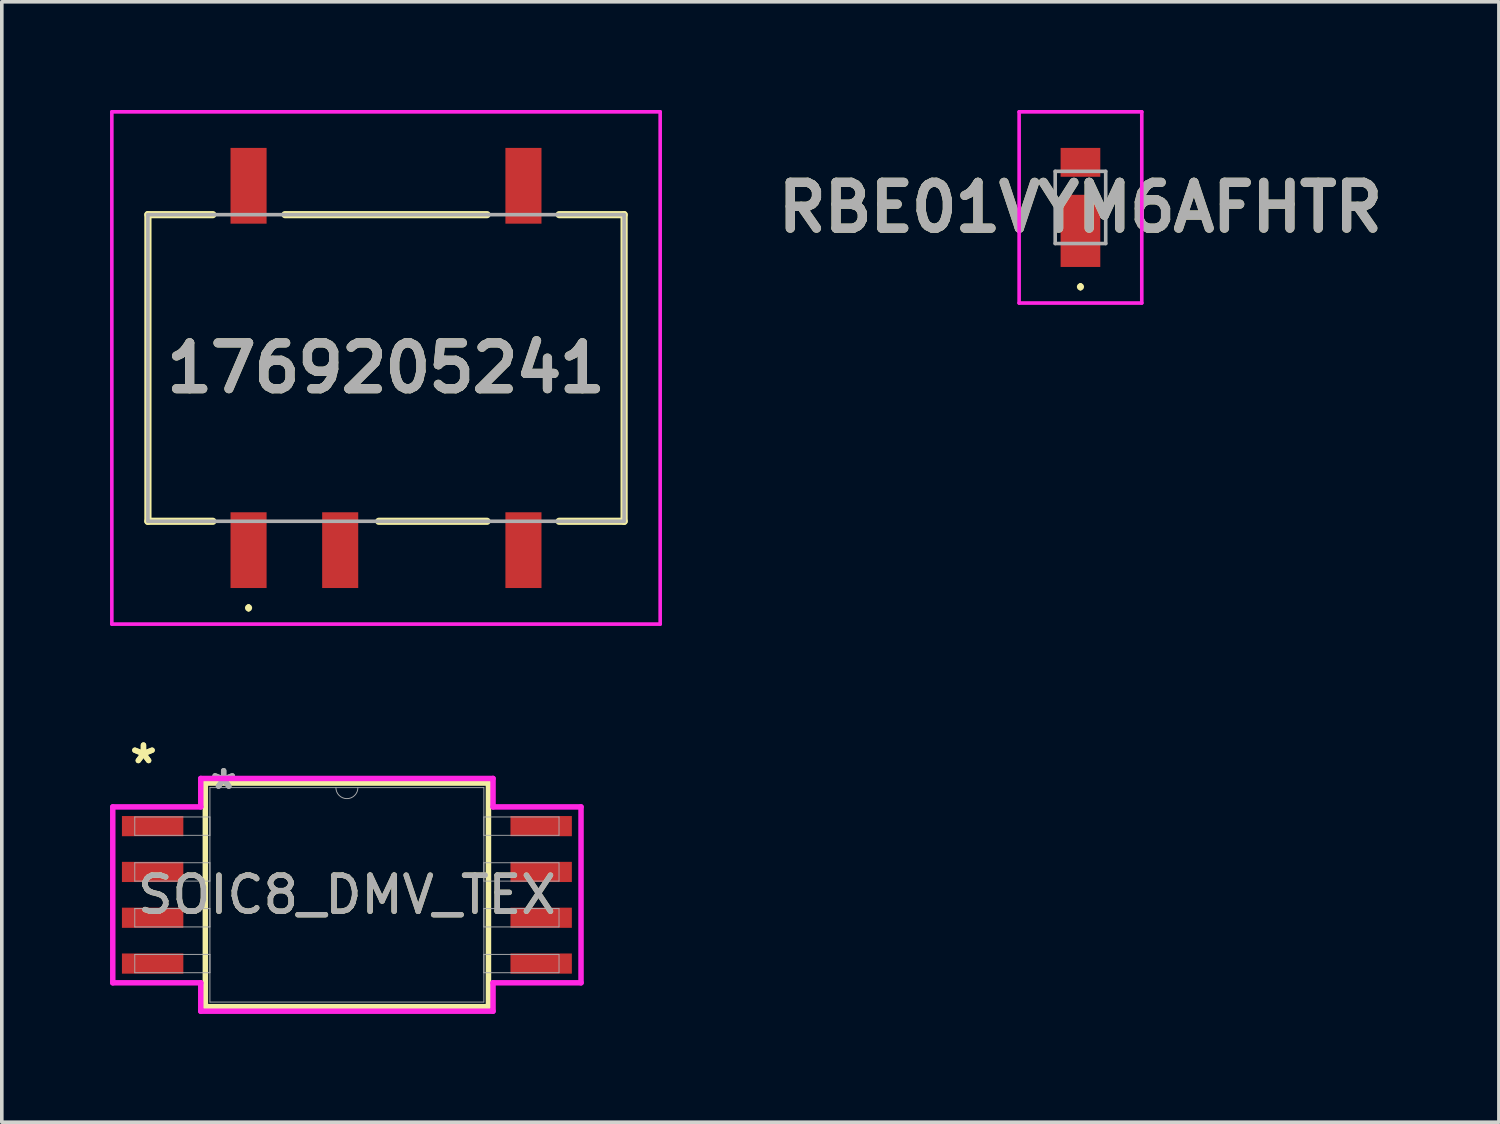
<source format=kicad_pcb>
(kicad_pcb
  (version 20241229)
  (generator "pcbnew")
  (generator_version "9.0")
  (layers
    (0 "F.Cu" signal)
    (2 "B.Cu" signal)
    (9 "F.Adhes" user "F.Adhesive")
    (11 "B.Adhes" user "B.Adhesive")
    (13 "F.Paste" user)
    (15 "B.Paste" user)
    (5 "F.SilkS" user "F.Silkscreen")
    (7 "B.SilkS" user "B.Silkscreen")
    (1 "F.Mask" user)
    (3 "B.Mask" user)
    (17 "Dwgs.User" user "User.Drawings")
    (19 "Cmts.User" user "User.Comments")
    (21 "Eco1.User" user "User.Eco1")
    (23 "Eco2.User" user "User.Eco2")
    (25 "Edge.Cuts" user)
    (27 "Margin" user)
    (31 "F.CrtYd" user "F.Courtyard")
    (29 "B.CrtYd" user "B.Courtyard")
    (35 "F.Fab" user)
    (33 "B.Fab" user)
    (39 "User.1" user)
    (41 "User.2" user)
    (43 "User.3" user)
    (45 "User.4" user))
  (footprint "SOIC8_DMV_TEX"
    (layer "F.Cu")
    (at 6.566 21.755)
    (property "Reference" "SOIC8_DMV_TEX" (at 0 0 0) (unlocked yes) (layer "F.SilkS") (effects (font (size 1 1) (thickness 0.15))))
    (attr smd)
    (fp_line (start -3.924 -3.099) (end -3.924 3.099) (stroke (width 0.152) (type solid)) (layer "F.SilkS"))
    (fp_line (start -3.924 3.099) (end 3.924 3.099) (stroke (width 0.152) (type solid)) (layer "F.SilkS"))
    (fp_line (start 3.924 -3.099) (end -3.924 -3.099) (stroke (width 0.152) (type solid)) (layer "F.SilkS"))
    (fp_line (start 3.924 3.099) (end 3.924 -3.099) (stroke (width 0.152) (type solid)) (layer "F.SilkS"))
    (fp_line (start -6.49 -2.438) (end -4.051 -2.438) (stroke (width 0.152) (type solid)) (layer "F.CrtYd"))
    (fp_line (start -6.49 2.438) (end -6.49 -2.438) (stroke (width 0.152) (type solid)) (layer "F.CrtYd"))
    (fp_line (start -6.49 2.438) (end -4.051 2.438) (stroke (width 0.152) (type solid)) (layer "F.CrtYd"))
    (fp_line (start -4.051 -3.226) (end 4.051 -3.226) (stroke (width 0.152) (type solid)) (layer "F.CrtYd"))
    (fp_line (start -4.051 -2.438) (end -4.051 -3.226) (stroke (width 0.152) (type solid)) (layer "F.CrtYd"))
    (fp_line (start -4.051 3.226) (end -4.051 2.438) (stroke (width 0.152) (type solid)) (layer "F.CrtYd"))
    (fp_line (start 4.051 -3.226) (end 4.051 -2.438) (stroke (width 0.152) (type solid)) (layer "F.CrtYd"))
    (fp_line (start 4.051 2.438) (end 4.051 3.226) (stroke (width 0.152) (type solid)) (layer "F.CrtYd"))
    (fp_line (start 4.051 3.226) (end -4.051 3.226) (stroke (width 0.152) (type solid)) (layer "F.CrtYd"))
    (fp_line (start 6.49 -2.438) (end 4.051 -2.438) (stroke (width 0.152) (type solid)) (layer "F.CrtYd"))
    (fp_line (start 6.49 -2.438) (end 6.49 2.438) (stroke (width 0.152) (type solid)) (layer "F.CrtYd"))
    (fp_line (start 6.49 2.438) (end 4.051 2.438) (stroke (width 0.152) (type solid)) (layer "F.CrtYd"))
    (fp_line (start -5.88 -2.159) (end -5.88 -1.651) (stroke (width 0.025) (type solid)) (layer "F.Fab"))
    (fp_line (start -5.88 -1.651) (end -3.797 -1.651) (stroke (width 0.025) (type solid)) (layer "F.Fab"))
    (fp_line (start -5.88 -0.889) (end -5.88 -0.381) (stroke (width 0.025) (type solid)) (layer "F.Fab"))
    (fp_line (start -5.88 -0.381) (end -3.797 -0.381) (stroke (width 0.025) (type solid)) (layer "F.Fab"))
    (fp_line (start -5.88 0.381) (end -5.88 0.889) (stroke (width 0.025) (type solid)) (layer "F.Fab"))
    (fp_line (start -5.88 0.889) (end -3.797 0.889) (stroke (width 0.025) (type solid)) (layer "F.Fab"))
    (fp_line (start -5.88 1.651) (end -5.88 2.159) (stroke (width 0.025) (type solid)) (layer "F.Fab"))
    (fp_line (start -5.88 2.159) (end -3.797 2.159) (stroke (width 0.025) (type solid)) (layer "F.Fab"))
    (fp_line (start -3.797 -2.972) (end -3.797 2.972) (stroke (width 0.025) (type solid)) (layer "F.Fab"))
    (fp_line (start -3.797 -2.159) (end -5.88 -2.159) (stroke (width 0.025) (type solid)) (layer "F.Fab"))
    (fp_line (start -3.797 -1.651) (end -3.797 -2.159) (stroke (width 0.025) (type solid)) (layer "F.Fab"))
    (fp_line (start -3.797 -0.889) (end -5.88 -0.889) (stroke (width 0.025) (type solid)) (layer "F.Fab"))
    (fp_line (start -3.797 -0.381) (end -3.797 -0.889) (stroke (width 0.025) (type solid)) (layer "F.Fab"))
    (fp_line (start -3.797 0.381) (end -5.88 0.381) (stroke (width 0.025) (type solid)) (layer "F.Fab"))
    (fp_line (start -3.797 0.889) (end -3.797 0.381) (stroke (width 0.025) (type solid)) (layer "F.Fab"))
    (fp_line (start -3.797 1.651) (end -5.88 1.651) (stroke (width 0.025) (type solid)) (layer "F.Fab"))
    (fp_line (start -3.797 2.159) (end -3.797 1.651) (stroke (width 0.025) (type solid)) (layer "F.Fab"))
    (fp_line (start -3.797 2.972) (end 3.797 2.972) (stroke (width 0.025) (type solid)) (layer "F.Fab"))
    (fp_line (start 3.797 -2.972) (end -3.797 -2.972) (stroke (width 0.025) (type solid)) (layer "F.Fab"))
    (fp_line (start 3.797 -2.159) (end 3.797 -1.651) (stroke (width 0.025) (type solid)) (layer "F.Fab"))
    (fp_line (start 3.797 -1.651) (end 5.88 -1.651) (stroke (width 0.025) (type solid)) (layer "F.Fab"))
    (fp_line (start 3.797 -0.889) (end 3.797 -0.381) (stroke (width 0.025) (type solid)) (layer "F.Fab"))
    (fp_line (start 3.797 -0.381) (end 5.88 -0.381) (stroke (width 0.025) (type solid)) (layer "F.Fab"))
    (fp_line (start 3.797 0.381) (end 3.797 0.889) (stroke (width 0.025) (type solid)) (layer "F.Fab"))
    (fp_line (start 3.797 0.889) (end 5.88 0.889) (stroke (width 0.025) (type solid)) (layer "F.Fab"))
    (fp_line (start 3.797 1.651) (end 3.797 2.159) (stroke (width 0.025) (type solid)) (layer "F.Fab"))
    (fp_line (start 3.797 2.159) (end 5.88 2.159) (stroke (width 0.025) (type solid)) (layer "F.Fab"))
    (fp_line (start 3.797 2.972) (end 3.797 -2.972) (stroke (width 0.025) (type solid)) (layer "F.Fab"))
    (fp_line (start 5.88 -2.159) (end 3.797 -2.159) (stroke (width 0.025) (type solid)) (layer "F.Fab"))
    (fp_line (start 5.88 -1.651) (end 5.88 -2.159) (stroke (width 0.025) (type solid)) (layer "F.Fab"))
    (fp_line (start 5.88 -0.889) (end 3.797 -0.889) (stroke (width 0.025) (type solid)) (layer "F.Fab"))
    (fp_line (start 5.88 -0.381) (end 5.88 -0.889) (stroke (width 0.025) (type solid)) (layer "F.Fab"))
    (fp_line (start 5.88 0.381) (end 3.797 0.381) (stroke (width 0.025) (type solid)) (layer "F.Fab"))
    (fp_line (start 5.88 0.889) (end 5.88 0.381) (stroke (width 0.025) (type solid)) (layer "F.Fab"))
    (fp_line (start 5.88 1.651) (end 3.797 1.651) (stroke (width 0.025) (type solid)) (layer "F.Fab"))
    (fp_line (start 5.88 2.159) (end 5.88 1.651) (stroke (width 0.025) (type solid)) (layer "F.Fab"))
    (fp_arc (start 0.3048 -2.9718) (mid 0 -2.667) (end -0.3048 -2.9718) (stroke (width 0.0254) (type solid)) (layer "F.Fab"))
    (fp_text user "*" (at -5.639 -3.607 0) (unlocked yes) (layer "F.SilkS") (effects (font (size 1 1) (thickness 0.15))))
    (fp_text user "*" (at -5.639 -3.607 0) (layer "F.SilkS") (effects (font (size 1 1) (thickness 0.15))))
    (fp_text user "*" (at -3.416 -2.896 0) (layer "F.Fab") (effects (font (size 1 1) (thickness 0.15))))
    (fp_text user "*" (at -3.416 -2.896 0) (unlocked yes) (layer "F.Fab") (effects (font (size 1 1) (thickness 0.15))))
    (fp_text user "${REFERENCE}" (at 0 0 0) (unlocked yes) (layer "F.Fab") (effects (font (size 1 1) (thickness 0.15))))
    (pad "1" smd rect (at -5.385 -1.905) (size 1.702 0.559) (layers "F.Cu" "F.Mask" "F.Paste"))
    (pad "2" smd rect (at -5.385 -0.635) (size 1.702 0.559) (layers "F.Cu" "F.Mask" "F.Paste"))
    (pad "3" smd rect (at -5.385 0.635) (size 1.702 0.559) (layers "F.Cu" "F.Mask" "F.Paste"))
    (pad "4" smd rect (at -5.385 1.905) (size 1.702 0.559) (layers "F.Cu" "F.Mask" "F.Paste"))
    (pad "5" smd rect (at 5.385 1.905) (size 1.702 0.559) (layers "F.Cu" "F.Mask" "F.Paste"))
    (pad "6" smd rect (at 5.385 0.635) (size 1.702 0.559) (layers "F.Cu" "F.Mask" "F.Paste"))
    (pad "7" smd rect (at 5.385 -0.635) (size 1.702 0.559) (layers "F.Cu" "F.Mask" "F.Paste"))
    (pad "8" smd rect (at 5.385 -1.905) (size 1.702 0.559) (layers "F.Cu" "F.Mask" "F.Paste")))
  (footprint "1769205241"
    (layer "F.Cu")
    (at 7.65 7.15)
    (property "Reference" "1769205241" (at 0 0 0) (layer "F.SilkS") (effects (font (size 1.27 1.27) (thickness 0.254))))
    (attr smd)
    (fp_line (start -6.6 -4.25) (end -6.6 4.25) (stroke (width 0.2) (type solid)) (layer "F.SilkS"))
    (fp_line (start -6.6 4.25) (end -4.8 4.25) (stroke (width 0.2) (type solid)) (layer "F.SilkS"))
    (fp_line (start -4.8 -4.25) (end -6.6 -4.25) (stroke (width 0.2) (type solid)) (layer "F.SilkS"))
    (fp_line (start -3.81 6.6) (end -3.81 6.6) (stroke (width 0.1) (type solid)) (layer "F.SilkS"))
    (fp_line (start -3.81 6.7) (end -3.81 6.7) (stroke (width 0.1) (type solid)) (layer "F.SilkS"))
    (fp_line (start -0.2 4.25) (end 2.8 4.25) (stroke (width 0.2) (type solid)) (layer "F.SilkS"))
    (fp_line (start 2.8 -4.25) (end -2.8 -4.25) (stroke (width 0.2) (type solid)) (layer "F.SilkS"))
    (fp_line (start 4.8 4.25) (end 6.6 4.25) (stroke (width 0.2) (type solid)) (layer "F.SilkS"))
    (fp_line (start 6.6 -4.25) (end 4.8 -4.25) (stroke (width 0.2) (type solid)) (layer "F.SilkS"))
    (fp_line (start 6.6 4.25) (end 6.6 -4.25) (stroke (width 0.2) (type solid)) (layer "F.SilkS"))
    (fp_arc (start -3.81 6.6) (mid -3.76 6.65) (end -3.81 6.7) (stroke (width 0.1) (type solid)) (layer "F.SilkS"))
    (fp_arc (start -3.81 6.7) (mid -3.86 6.65) (end -3.81 6.6) (stroke (width 0.1) (type solid)) (layer "F.SilkS"))
    (fp_line (start -7.6 -7.1) (end 7.6 -7.1) (stroke (width 0.1) (type solid)) (layer "F.CrtYd"))
    (fp_line (start -7.6 7.1) (end -7.6 -7.1) (stroke (width 0.1) (type solid)) (layer "F.CrtYd"))
    (fp_line (start 7.6 -7.1) (end 7.6 7.1) (stroke (width 0.1) (type solid)) (layer "F.CrtYd"))
    (fp_line (start 7.6 7.1) (end -7.6 7.1) (stroke (width 0.1) (type solid)) (layer "F.CrtYd"))
    (fp_line (start -6.6 -4.25) (end -6.6 4.25) (stroke (width 0.1) (type solid)) (layer "F.Fab"))
    (fp_line (start -6.6 4.25) (end 6.6 4.25) (stroke (width 0.1) (type solid)) (layer "F.Fab"))
    (fp_line (start 6.6 -4.25) (end -6.6 -4.25) (stroke (width 0.1) (type solid)) (layer "F.Fab"))
    (fp_line (start 6.6 4.25) (end 6.6 -4.25) (stroke (width 0.1) (type solid)) (layer "F.Fab"))
    (fp_text user "${REFERENCE}" (at 0 0 0) (layer "F.Fab") (effects (font (size 1.27 1.27) (thickness 0.254))))
    (pad "1" smd rect (at -3.81 5.05) (size 1 2.1) (layers "F.Cu" "F.Mask" "F.Paste"))
    (pad "2" smd rect (at -1.27 5.05) (size 1 2.1) (layers "F.Cu" "F.Mask" "F.Paste"))
    (pad "4" smd rect (at 3.81 5.05) (size 1 2.1) (layers "F.Cu" "F.Mask" "F.Paste"))
    (pad "5" smd rect (at 3.81 -5.05) (size 1 2.1) (layers "F.Cu" "F.Mask" "F.Paste"))
    (pad "8" smd rect (at -3.81 -5.05) (size 1 2.1) (layers "F.Cu" "F.Mask" "F.Paste")))
  (footprint "RBE01VYM6AFHTR"
    (layer "F.Cu")
    (at 26.9 2.7)
    (property "Reference" "RBE01VYM6AFHTR" (at 0 0 0) (layer "F.SilkS") (effects (font (size 1.27 1.27) (thickness 0.254))))
    (attr smd)
    (fp_line (start 0 2.15) (end 0 2.15) (stroke (width 0.1) (type solid)) (layer "F.SilkS"))
    (fp_line (start 0 2.25) (end 0 2.25) (stroke (width 0.1) (type solid)) (layer "F.SilkS"))
    (fp_arc (start 0 2.15) (mid 0.05 2.2) (end 0 2.25) (stroke (width 0.1) (type solid)) (layer "F.SilkS"))
    (fp_arc (start 0 2.25) (mid -0.05 2.2) (end 0 2.15) (stroke (width 0.1) (type solid)) (layer "F.SilkS"))
    (fp_line (start -1.7 -2.65) (end 1.7 -2.65) (stroke (width 0.1) (type solid)) (layer "F.CrtYd"))
    (fp_line (start -1.7 2.65) (end -1.7 -2.65) (stroke (width 0.1) (type solid)) (layer "F.CrtYd"))
    (fp_line (start 1.7 -2.65) (end 1.7 2.65) (stroke (width 0.1) (type solid)) (layer "F.CrtYd"))
    (fp_line (start 1.7 2.65) (end -1.7 2.65) (stroke (width 0.1) (type solid)) (layer "F.CrtYd"))
    (fp_line (start -0.7 -1) (end -0.7 1) (stroke (width 0.1) (type solid)) (layer "F.Fab"))
    (fp_line (start -0.7 1) (end 0.7 1) (stroke (width 0.1) (type solid)) (layer "F.Fab"))
    (fp_line (start 0.7 -1) (end -0.7 -1) (stroke (width 0.1) (type solid)) (layer "F.Fab"))
    (fp_line (start 0.7 1) (end 0.7 -1) (stroke (width 0.1) (type solid)) (layer "F.Fab"))
    (fp_text user "${REFERENCE}" (at 0 0 0) (layer "F.Fab") (effects (font (size 1.27 1.27) (thickness 0.254))))
    (pad "1" smd rect (at 0 0.65) (size 1.1 2) (layers "F.Cu" "F.Mask" "F.Paste"))
    (pad "2" smd rect (at 0 -1.25 90) (size 0.8 1.1) (layers "F.Cu" "F.Mask" "F.Paste")))
  (gr_rect
    (start -3 -3)
    (end 38.499 28.057)
    (stroke (width 0.1) (type default))
    (fill no)
    (layer "Edge.Cuts")))
</source>
